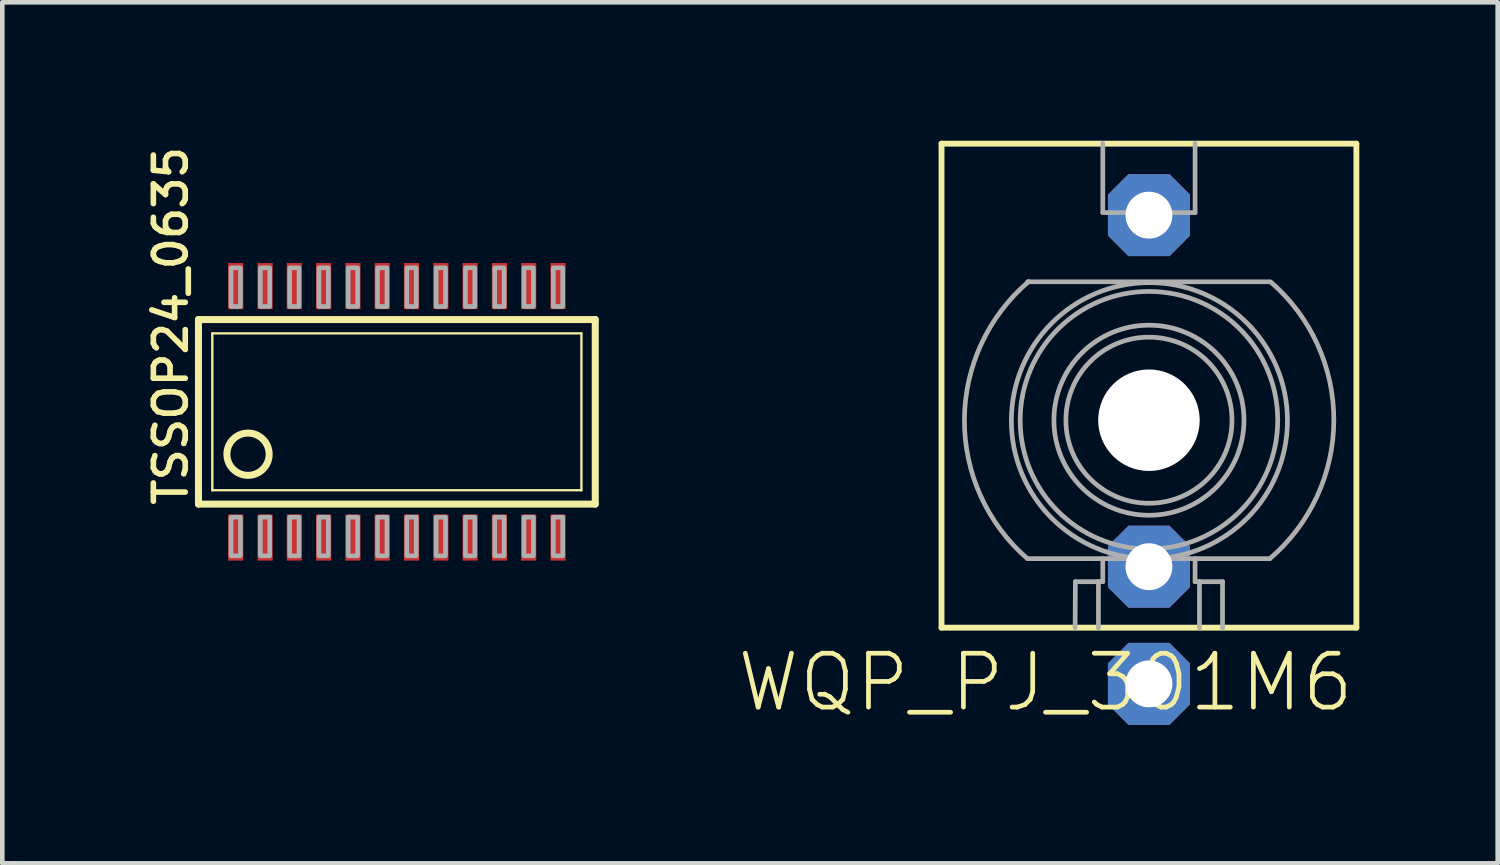
<source format=kicad_pcb>
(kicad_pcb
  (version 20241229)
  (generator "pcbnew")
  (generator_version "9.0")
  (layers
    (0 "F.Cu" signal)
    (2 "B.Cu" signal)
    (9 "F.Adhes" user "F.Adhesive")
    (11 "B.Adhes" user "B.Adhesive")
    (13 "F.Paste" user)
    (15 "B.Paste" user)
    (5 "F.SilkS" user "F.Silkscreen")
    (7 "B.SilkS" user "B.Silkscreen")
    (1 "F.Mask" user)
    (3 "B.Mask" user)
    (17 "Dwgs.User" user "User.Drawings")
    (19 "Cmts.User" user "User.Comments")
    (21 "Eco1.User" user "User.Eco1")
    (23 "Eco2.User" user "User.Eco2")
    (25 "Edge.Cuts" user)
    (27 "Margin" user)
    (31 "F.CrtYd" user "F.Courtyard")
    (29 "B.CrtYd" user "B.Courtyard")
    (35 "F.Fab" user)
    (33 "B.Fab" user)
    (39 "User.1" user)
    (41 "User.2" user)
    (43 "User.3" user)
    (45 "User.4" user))
  (footprint "WQP_PJ_301M6"
    (layer "F.Cu")
    (at 21.853 6.058)
    (property "Reference" "WQP_PJ_301M6" (at 4.5 5 0) (layer "F.SilkS") (effects (font (size 1.168 1.168) (thickness 0.102)) (justify right top)))
    (fp_line (start -4.496 -5.994) (end 4.496 -5.994) (stroke (width 0.127) (type solid)) (layer "F.SilkS"))
    (fp_line (start -4.496 4.496) (end -4.496 -5.994) (stroke (width 0.127) (type solid)) (layer "F.SilkS"))
    (fp_line (start 4.496 -5.994) (end 4.496 4.496) (stroke (width 0.127) (type solid)) (layer "F.SilkS"))
    (fp_line (start 4.496 4.496) (end -4.496 4.496) (stroke (width 0.127) (type solid)) (layer "F.SilkS"))
    (fp_line (start -2.631 -3) (end 2.62 -3) (stroke (width 0.102) (type solid)) (layer "F.Fab"))
    (fp_line (start -2.631 3) (end 2.62 3) (stroke (width 0.102) (type solid)) (layer "F.Fab"))
    (fp_line (start -1.6 4.496) (end -1.595 3.5) (stroke (width 0.102) (type solid)) (layer "F.Fab"))
    (fp_line (start -1.595 3.5) (end -1.095 3.5) (stroke (width 0.102) (type solid)) (layer "F.Fab"))
    (fp_line (start -1.095 3.5) (end -1.095 4.5) (stroke (width 0.102) (type solid)) (layer "F.Fab"))
    (fp_line (start -1.095 3.5) (end -1 3.5) (stroke (width 0.102) (type solid)) (layer "F.Fab"))
    (fp_line (start -1 -4.5) (end -1 -6) (stroke (width 0.102) (type solid)) (layer "F.Fab"))
    (fp_line (start -1 0) (end 1 0) (stroke (width 0.102) (type solid)) (layer "F.Fab"))
    (fp_line (start -1 3.5) (end -1 3) (stroke (width 0.102) (type solid)) (layer "F.Fab"))
    (fp_line (start 0 -1) (end 0 1) (stroke (width 0.102) (type solid)) (layer "F.Fab"))
    (fp_line (start 1 -6) (end 1 -4.5) (stroke (width 0.102) (type solid)) (layer "F.Fab"))
    (fp_line (start 1 -4.5) (end -1 -4.5) (stroke (width 0.102) (type solid)) (layer "F.Fab"))
    (fp_line (start 1 3) (end 1 3.5) (stroke (width 0.102) (type solid)) (layer "F.Fab"))
    (fp_line (start 1 3.5) (end 1.095 3.5) (stroke (width 0.102) (type solid)) (layer "F.Fab"))
    (fp_line (start 1.095 3.5) (end 1.095 4.5) (stroke (width 0.102) (type solid)) (layer "F.Fab"))
    (fp_line (start 1.095 3.5) (end 1.595 3.5) (stroke (width 0.102) (type solid)) (layer "F.Fab"))
    (fp_line (start 1.595 3.5) (end 1.595 4.5) (stroke (width 0.102) (type solid)) (layer "F.Fab"))
    (fp_arc (start -2.641998 2.994) (mid -3.999529 -0.012791) (end -2.608 -3.004) (stroke (width 0.1016) (type solid)) (layer "F.Fab"))
    (fp_arc (start 2.642 -2.994) (mid 4.007235 0.003208) (end 2.628 2.994) (stroke (width 0.1016) (type solid)) (layer "F.Fab"))
    (fp_circle (center 0 0) (end 1.8 0) (stroke (width 0.102) (type solid)) (fill no) (layer "F.Fab"))
    (fp_circle (center 0 0) (end 2.06 0) (stroke (width 0.102) (type solid)) (fill no) (layer "F.Fab"))
    (fp_circle (center 0 0) (end 2.791 0) (stroke (width 0.102) (type solid)) (fill no) (layer "F.Fab"))
    (fp_circle (center 0.01 0.01) (end 3.002 0.01) (stroke (width 0.102) (type solid)) (fill no) (layer "F.Fab"))
    (pad "" np_thru_hole circle (at 0 0) (size 2.2 2.2) (drill 2.2) (layers "*.Cu" "*.Mask"))
    (pad "P1" thru_hole roundrect (at 0 5.715) (size 1.778 1.778) (drill 1.016) (layers "*.Cu" "*.Mask") (roundrect_rratio 0.25) (chamfer_ratio 0.25) (chamfer top_left top_right bottom_left bottom_right))
    (pad "P2" thru_hole roundrect (at 0 3.175) (size 1.778 1.778) (drill 1.016) (layers "*.Cu" "*.Mask") (roundrect_rratio 0.25) (chamfer_ratio 0.25) (chamfer top_left top_right bottom_left bottom_right))
    (pad "P3" thru_hole roundrect (at 0 -4.445) (size 1.778 1.778) (drill 1.016) (layers "*.Cu" "*.Mask") (roundrect_rratio 0.25) (chamfer_ratio 0.25) (chamfer top_left top_right bottom_left bottom_right)))
  (footprint "TSSOP24_0635"
    (layer "F.Cu")
    (at 5.552 5.876)
    (property "Reference" "TSSOP24_0635" (at -4.496 2.083 90) (layer "F.SilkS") (effects (font (size 0.691 0.691) (thickness 0.122)) (justify left bottom)))
    (fp_line (start -4.3 2) (end -4.3 -2) (stroke (width 0.152) (type solid)) (layer "F.SilkS"))
    (fp_line (start -4.3 2) (end 4.3 2) (stroke (width 0.152) (type solid)) (layer "F.SilkS"))
    (fp_line (start -4 1.7) (end -4 -1.7) (stroke (width 0.051) (type solid)) (layer "F.SilkS"))
    (fp_line (start -4 1.7) (end 4 1.7) (stroke (width 0.051) (type solid)) (layer "F.SilkS"))
    (fp_line (start 4 -1.7) (end -4 -1.7) (stroke (width 0.051) (type solid)) (layer "F.SilkS"))
    (fp_line (start 4 -1.7) (end 4 1.7) (stroke (width 0.051) (type solid)) (layer "F.SilkS"))
    (fp_line (start 4.3 -2) (end -4.3 -2) (stroke (width 0.152) (type solid)) (layer "F.SilkS"))
    (fp_line (start 4.3 -2) (end 4.3 2) (stroke (width 0.152) (type solid)) (layer "F.SilkS"))
    (fp_circle (center -3.226 0.919) (end -2.768 0.919) (stroke (width 0.152) (type solid)) (fill no) (layer "F.SilkS"))
    (fp_poly (pts (xy -3.594 -2.283) (xy -3.391 -2.283) (xy -3.391 -3.121) (xy -3.594 -3.121)) (stroke (width 0.1) (type solid)) (fill no) (layer "F.Fab"))
    (fp_poly (pts (xy -3.594 3.121) (xy -3.391 3.121) (xy -3.391 2.283) (xy -3.594 2.283)) (stroke (width 0.1) (type solid)) (fill no) (layer "F.Fab"))
    (fp_poly (pts (xy -2.959 -2.283) (xy -2.756 -2.283) (xy -2.756 -3.121) (xy -2.959 -3.121)) (stroke (width 0.1) (type solid)) (fill no) (layer "F.Fab"))
    (fp_poly (pts (xy -2.959 3.121) (xy -2.756 3.121) (xy -2.756 2.283) (xy -2.959 2.283)) (stroke (width 0.1) (type solid)) (fill no) (layer "F.Fab"))
    (fp_poly (pts (xy -2.324 -2.283) (xy -2.121 -2.283) (xy -2.121 -3.121) (xy -2.324 -3.121)) (stroke (width 0.1) (type solid)) (fill no) (layer "F.Fab"))
    (fp_poly (pts (xy -2.324 3.121) (xy -2.121 3.121) (xy -2.121 2.283) (xy -2.324 2.283)) (stroke (width 0.1) (type solid)) (fill no) (layer "F.Fab"))
    (fp_poly (pts (xy -1.689 -2.283) (xy -1.486 -2.283) (xy -1.486 -3.121) (xy -1.689 -3.121)) (stroke (width 0.1) (type solid)) (fill no) (layer "F.Fab"))
    (fp_poly (pts (xy -1.689 3.121) (xy -1.486 3.121) (xy -1.486 2.283) (xy -1.689 2.283)) (stroke (width 0.1) (type solid)) (fill no) (layer "F.Fab"))
    (fp_poly (pts (xy -1.054 -2.283) (xy -0.851 -2.283) (xy -0.851 -3.121) (xy -1.054 -3.121)) (stroke (width 0.1) (type solid)) (fill no) (layer "F.Fab"))
    (fp_poly (pts (xy -1.054 3.121) (xy -0.851 3.121) (xy -0.851 2.283) (xy -1.054 2.283)) (stroke (width 0.1) (type solid)) (fill no) (layer "F.Fab"))
    (fp_poly (pts (xy -0.419 -2.283) (xy -0.216 -2.283) (xy -0.216 -3.121) (xy -0.419 -3.121)) (stroke (width 0.1) (type solid)) (fill no) (layer "F.Fab"))
    (fp_poly (pts (xy -0.419 3.121) (xy -0.216 3.121) (xy -0.216 2.283) (xy -0.419 2.283)) (stroke (width 0.1) (type solid)) (fill no) (layer "F.Fab"))
    (fp_poly (pts (xy 0.216 -2.283) (xy 0.419 -2.283) (xy 0.419 -3.121) (xy 0.216 -3.121)) (stroke (width 0.1) (type solid)) (fill no) (layer "F.Fab"))
    (fp_poly (pts (xy 0.216 3.121) (xy 0.419 3.121) (xy 0.419 2.283) (xy 0.216 2.283)) (stroke (width 0.1) (type solid)) (fill no) (layer "F.Fab"))
    (fp_poly (pts (xy 0.851 -2.283) (xy 1.054 -2.283) (xy 1.054 -3.121) (xy 0.851 -3.121)) (stroke (width 0.1) (type solid)) (fill no) (layer "F.Fab"))
    (fp_poly (pts (xy 0.851 3.121) (xy 1.054 3.121) (xy 1.054 2.283) (xy 0.851 2.283)) (stroke (width 0.1) (type solid)) (fill no) (layer "F.Fab"))
    (fp_poly (pts (xy 1.486 -2.283) (xy 1.689 -2.283) (xy 1.689 -3.121) (xy 1.486 -3.121)) (stroke (width 0.1) (type solid)) (fill no) (layer "F.Fab"))
    (fp_poly (pts (xy 1.486 3.121) (xy 1.689 3.121) (xy 1.689 2.283) (xy 1.486 2.283)) (stroke (width 0.1) (type solid)) (fill no) (layer "F.Fab"))
    (fp_poly (pts (xy 2.121 -2.283) (xy 2.324 -2.283) (xy 2.324 -3.121) (xy 2.121 -3.121)) (stroke (width 0.1) (type solid)) (fill no) (layer "F.Fab"))
    (fp_poly (pts (xy 2.121 3.121) (xy 2.324 3.121) (xy 2.324 2.283) (xy 2.121 2.283)) (stroke (width 0.1) (type solid)) (fill no) (layer "F.Fab"))
    (fp_poly (pts (xy 2.756 -2.283) (xy 2.959 -2.283) (xy 2.959 -3.121) (xy 2.756 -3.121)) (stroke (width 0.1) (type solid)) (fill no) (layer "F.Fab"))
    (fp_poly (pts (xy 2.756 3.121) (xy 2.959 3.121) (xy 2.959 2.283) (xy 2.756 2.283)) (stroke (width 0.1) (type solid)) (fill no) (layer "F.Fab"))
    (fp_poly (pts (xy 3.391 -2.283) (xy 3.594 -2.283) (xy 3.594 -3.121) (xy 3.391 -3.121)) (stroke (width 0.1) (type solid)) (fill no) (layer "F.Fab"))
    (fp_poly (pts (xy 3.391 3.121) (xy 3.594 3.121) (xy 3.594 2.283) (xy 3.391 2.283)) (stroke (width 0.1) (type solid)) (fill no) (layer "F.Fab"))
    (pad "1" smd rect (at -3.493 2.725) (size 0.33 1) (layers "F.Cu" "F.Mask" "F.Paste"))
    (pad "2" smd rect (at -2.857 2.725) (size 0.33 1) (layers "F.Cu" "F.Mask" "F.Paste"))
    (pad "3" smd rect (at -2.223 2.725) (size 0.33 1) (layers "F.Cu" "F.Mask" "F.Paste"))
    (pad "4" smd rect (at -1.587 2.725) (size 0.33 1) (layers "F.Cu" "F.Mask" "F.Paste"))
    (pad "5" smd rect (at -0.953 2.725) (size 0.33 1) (layers "F.Cu" "F.Mask" "F.Paste"))
    (pad "6" smd rect (at -0.318 2.725) (size 0.33 1) (layers "F.Cu" "F.Mask" "F.Paste"))
    (pad "7" smd rect (at 0.318 2.725) (size 0.33 1) (layers "F.Cu" "F.Mask" "F.Paste"))
    (pad "8" smd rect (at 0.953 2.725) (size 0.33 1) (layers "F.Cu" "F.Mask" "F.Paste"))
    (pad "9" smd rect (at 1.587 2.725) (size 0.33 1) (layers "F.Cu" "F.Mask" "F.Paste"))
    (pad "10" smd rect (at 2.223 2.725) (size 0.33 1) (layers "F.Cu" "F.Mask" "F.Paste"))
    (pad "11" smd rect (at 2.857 2.725) (size 0.33 1) (layers "F.Cu" "F.Mask" "F.Paste"))
    (pad "12" smd rect (at 3.493 2.725) (size 0.33 1) (layers "F.Cu" "F.Mask" "F.Paste"))
    (pad "13" smd rect (at 3.493 -2.725) (size 0.33 1) (layers "F.Cu" "F.Mask" "F.Paste"))
    (pad "14" smd rect (at 2.857 -2.725) (size 0.33 1) (layers "F.Cu" "F.Mask" "F.Paste"))
    (pad "15" smd rect (at 2.223 -2.725) (size 0.33 1) (layers "F.Cu" "F.Mask" "F.Paste"))
    (pad "16" smd rect (at 1.587 -2.725) (size 0.33 1) (layers "F.Cu" "F.Mask" "F.Paste"))
    (pad "17" smd rect (at 0.953 -2.725) (size 0.33 1) (layers "F.Cu" "F.Mask" "F.Paste"))
    (pad "18" smd rect (at 0.318 -2.725) (size 0.33 1) (layers "F.Cu" "F.Mask" "F.Paste"))
    (pad "19" smd rect (at -0.318 -2.725) (size 0.33 1) (layers "F.Cu" "F.Mask" "F.Paste"))
    (pad "20" smd rect (at -0.953 -2.725) (size 0.33 1) (layers "F.Cu" "F.Mask" "F.Paste"))
    (pad "21" smd rect (at -1.587 -2.725) (size 0.33 1) (layers "F.Cu" "F.Mask" "F.Paste"))
    (pad "22" smd rect (at -2.223 -2.725) (size 0.33 1) (layers "F.Cu" "F.Mask" "F.Paste"))
    (pad "23" smd rect (at -2.857 -2.725) (size 0.33 1) (layers "F.Cu" "F.Mask" "F.Paste"))
    (pad "24" smd rect (at -3.493 -2.725) (size 0.33 1) (layers "F.Cu" "F.Mask" "F.Paste")))
  (gr_rect
    (start -3 -3)
    (end 29.412 15.662)
    (stroke (width 0.1) (type default))
    (fill no)
    (layer "Edge.Cuts")))
</source>
